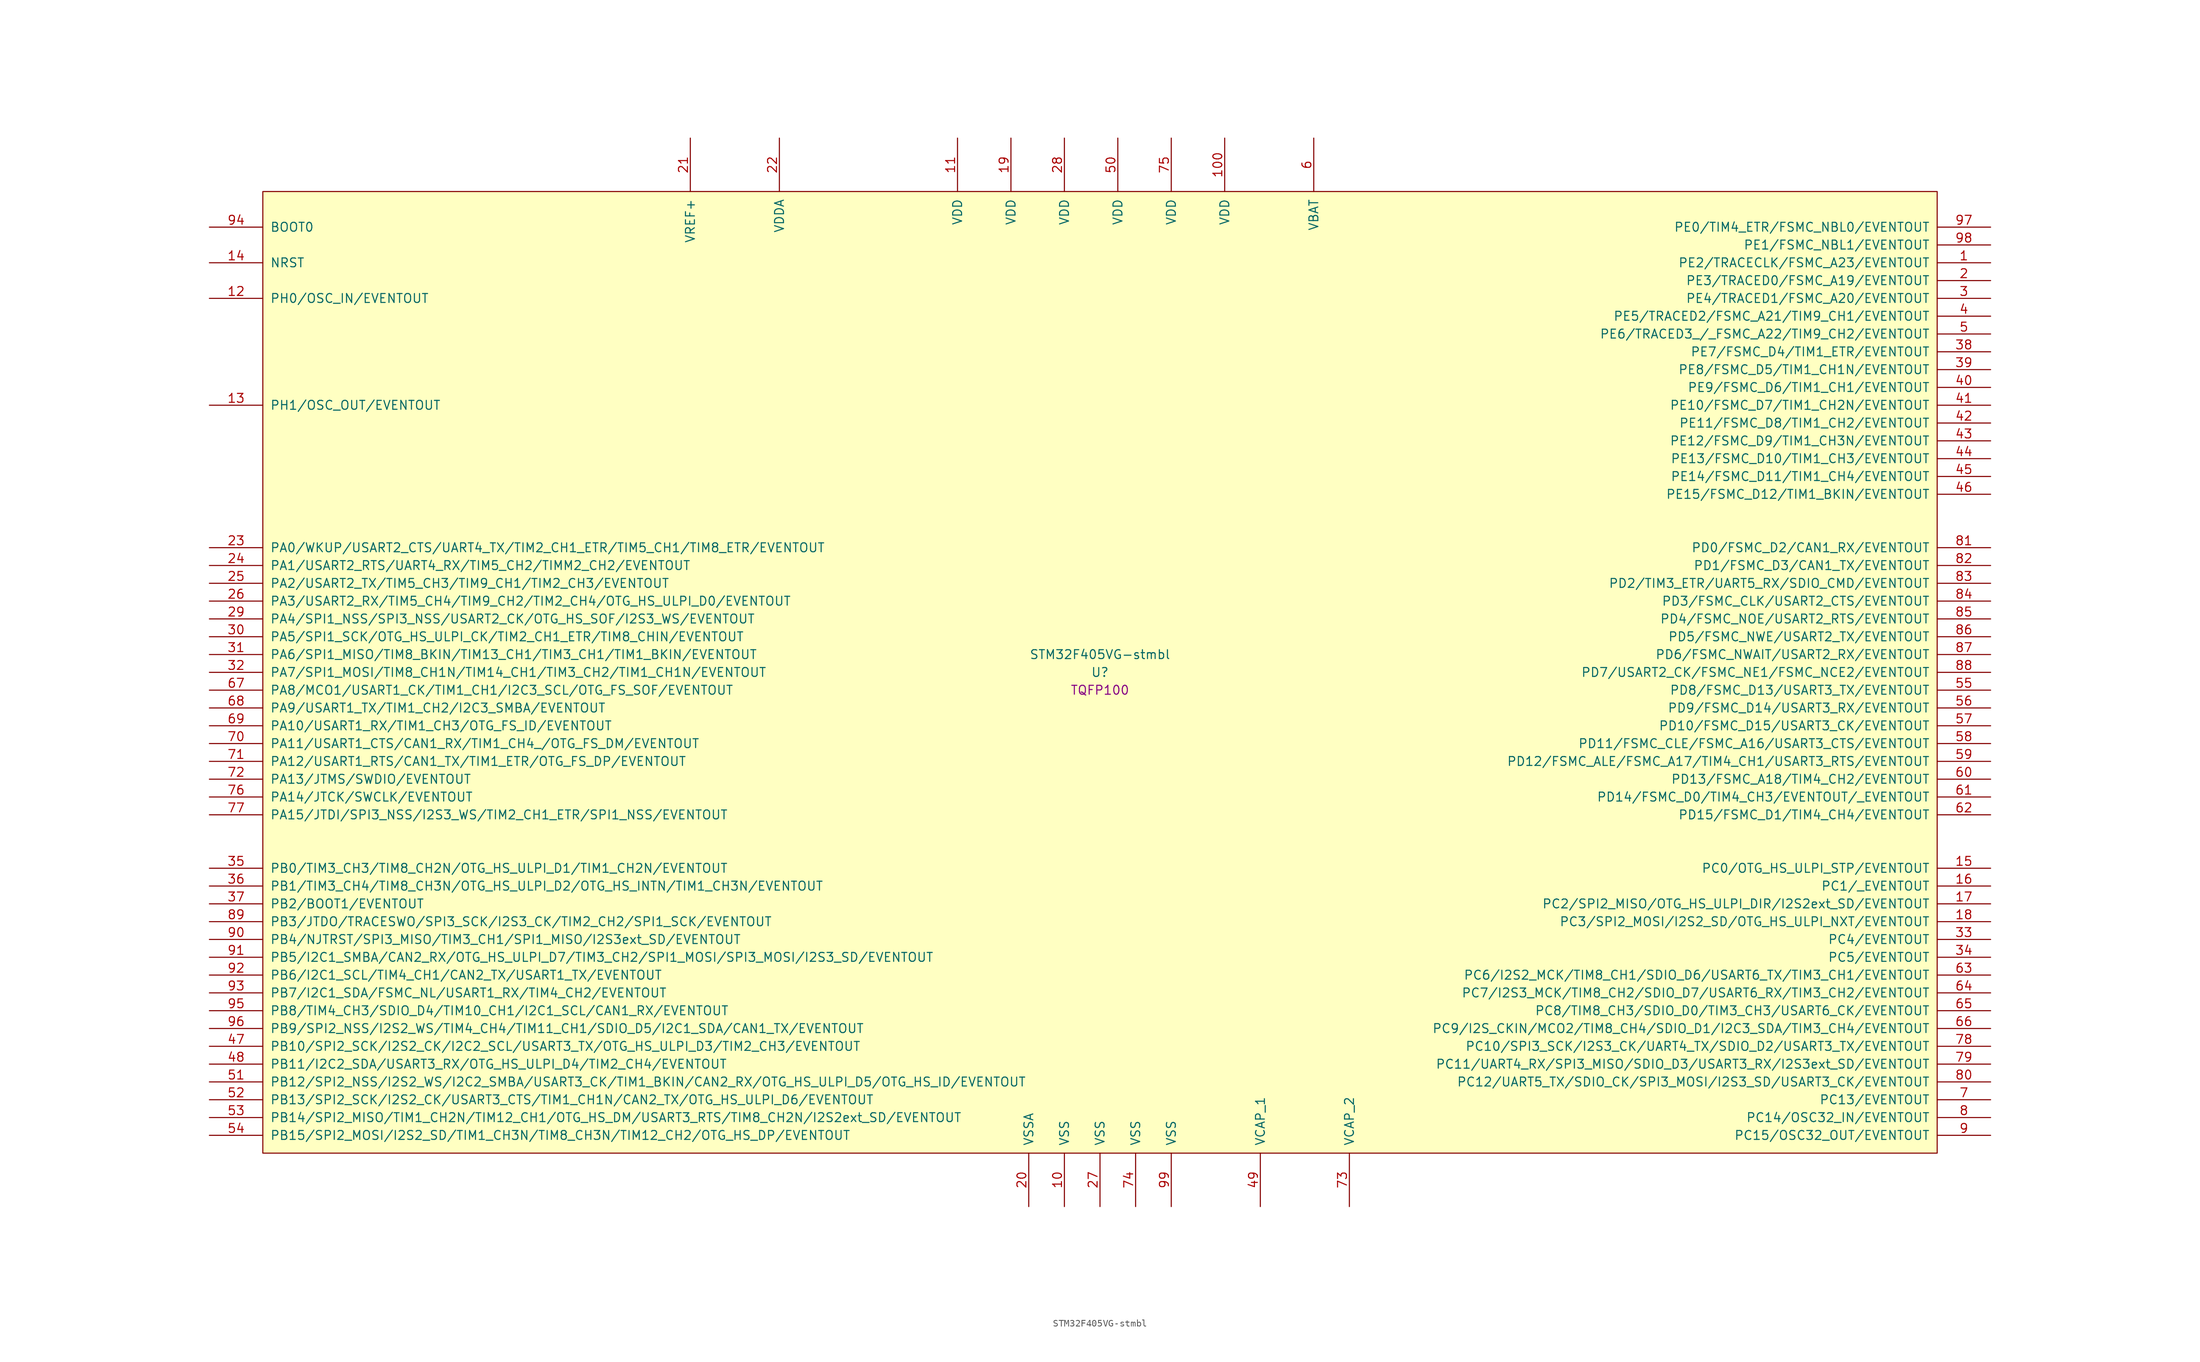
<source format=kicad_sym>
(kicad_symbol_lib
  (version 20211014)
  (generator kicad_symbol_editor)
  (symbol "STM32F405VG-stmbl"
    (pin_names
      (offset 1.016))
    (property "Reference" "U"
      (at 0 0 0)
      (effects (font (size 1.27 1.27))))
    (property "Value" "STM32F405VG-stmbl"
      (at 0 2.54 0)
      (effects (font (size 1.27 1.27))))
    (property "Footprint" "TQFP100"
      (at 0 -2.54 0)
      (effects (font (size 1.27 1.27))))
    (property "Datasheet" ""
      (at 0 0 0)
      (effects (font (size 1.27 1.27))))
    (symbol "STM32F405VG-stmbl_0_1"
      (rectangle (start -119.38 -68.58) (end 119.38 68.58) (stroke (width 0) (type default) (color 0 0 0 0)) (fill (type background))))
    (symbol "STM32F405VG-stmbl_1_1"
      (pin input line (at 127 58.42 180) (length 7.62) (name "PE2/TRACECLK/FSMC_A23/EVENTOUT" (effects (font (size 1.27 1.27)))) (number "1" (effects (font (size 1.27 1.27)))))
      (pin input line (at -5.08 -76.2 90) (length 7.62) (name "VSS" (effects (font (size 1.27 1.27)))) (number "10" (effects (font (size 1.27 1.27)))))
      (pin input line (at 17.78 76.2 270) (length 7.62) (name "VDD" (effects (font (size 1.27 1.27)))) (number "100" (effects (font (size 1.27 1.27)))))
      (pin input line (at -20.32 76.2 270) (length 7.62) (name "VDD" (effects (font (size 1.27 1.27)))) (number "11" (effects (font (size 1.27 1.27)))))
      (pin input line (at -127 53.34 0) (length 7.62) (name "PH0/OSC_IN/EVENTOUT" (effects (font (size 1.27 1.27)))) (number "12" (effects (font (size 1.27 1.27)))))
      (pin input line (at -127 38.1 0) (length 7.62) (name "PH1/OSC_OUT/EVENTOUT" (effects (font (size 1.27 1.27)))) (number "13" (effects (font (size 1.27 1.27)))))
      (pin input line (at -127 58.42 0) (length 7.62) (name "NRST" (effects (font (size 1.27 1.27)))) (number "14" (effects (font (size 1.27 1.27)))))
      (pin input line (at 127 -27.94 180) (length 7.62) (name "PC0/OTG_HS_ULPI_STP/EVENTOUT" (effects (font (size 1.27 1.27)))) (number "15" (effects (font (size 1.27 1.27)))))
      (pin input line (at 127 -30.48 180) (length 7.62) (name "PC1/_EVENTOUT" (effects (font (size 1.27 1.27)))) (number "16" (effects (font (size 1.27 1.27)))))
      (pin input line (at 127 -33.02 180) (length 7.62) (name "PC2/SPI2_MISO/OTG_HS_ULPI_DIR/I2S2ext_SD/EVENTOUT" (effects (font (size 1.27 1.27)))) (number "17" (effects (font (size 1.27 1.27)))))
      (pin input line (at 127 -35.56 180) (length 7.62) (name "PC3/SPI2_MOSI/I2S2_SD/OTG_HS_ULPI_NXT/EVENTOUT" (effects (font (size 1.27 1.27)))) (number "18" (effects (font (size 1.27 1.27)))))
      (pin input line (at -12.7 76.2 270) (length 7.62) (name "VDD" (effects (font (size 1.27 1.27)))) (number "19" (effects (font (size 1.27 1.27)))))
      (pin input line (at 127 55.88 180) (length 7.62) (name "PE3/TRACED0/FSMC_A19/EVENTOUT" (effects (font (size 1.27 1.27)))) (number "2" (effects (font (size 1.27 1.27)))))
      (pin input line (at -10.16 -76.2 90) (length 7.62) (name "VSSA" (effects (font (size 1.27 1.27)))) (number "20" (effects (font (size 1.27 1.27)))))
      (pin input line (at -58.42 76.2 270) (length 7.62) (name "VREF+" (effects (font (size 1.27 1.27)))) (number "21" (effects (font (size 1.27 1.27)))))
      (pin input line (at -45.72 76.2 270) (length 7.62) (name "VDDA" (effects (font (size 1.27 1.27)))) (number "22" (effects (font (size 1.27 1.27)))))
      (pin input line (at -127 17.78 0) (length 7.62) (name "PA0/WKUP/USART2_CTS/UART4_TX/TIM2_CH1_ETR/TIM5_CH1/TIM8_ETR/EVENTOUT" (effects (font (size 1.27 1.27)))) (number "23" (effects (font (size 1.27 1.27)))))
      (pin input line (at -127 15.24 0) (length 7.62) (name "PA1/USART2_RTS/UART4_RX/TIM5_CH2/TIMM2_CH2/EVENTOUT" (effects (font (size 1.27 1.27)))) (number "24" (effects (font (size 1.27 1.27)))))
      (pin input line (at -127 12.7 0) (length 7.62) (name "PA2/USART2_TX/TIM5_CH3/TIM9_CH1/TIM2_CH3/EVENTOUT" (effects (font (size 1.27 1.27)))) (number "25" (effects (font (size 1.27 1.27)))))
      (pin input line (at -127 10.16 0) (length 7.62) (name "PA3/USART2_RX/TIM5_CH4/TIM9_CH2/TIM2_CH4/OTG_HS_ULPI_D0/EVENTOUT" (effects (font (size 1.27 1.27)))) (number "26" (effects (font (size 1.27 1.27)))))
      (pin input line (at 0 -76.2 90) (length 7.62) (name "VSS" (effects (font (size 1.27 1.27)))) (number "27" (effects (font (size 1.27 1.27)))))
      (pin input line (at -5.08 76.2 270) (length 7.62) (name "VDD" (effects (font (size 1.27 1.27)))) (number "28" (effects (font (size 1.27 1.27)))))
      (pin input line (at -127 7.62 0) (length 7.62) (name "PA4/SPI1_NSS/SPI3_NSS/USART2_CK/OTG_HS_SOF/I2S3_WS/EVENTOUT" (effects (font (size 1.27 1.27)))) (number "29" (effects (font (size 1.27 1.27)))))
      (pin input line (at 127 53.34 180) (length 7.62) (name "PE4/TRACED1/FSMC_A20/EVENTOUT" (effects (font (size 1.27 1.27)))) (number "3" (effects (font (size 1.27 1.27)))))
      (pin input line (at -127 5.08 0) (length 7.62) (name "PA5/SPI1_SCK/OTG_HS_ULPI_CK/TIM2_CH1_ETR/TIM8_CHIN/EVENTOUT" (effects (font (size 1.27 1.27)))) (number "30" (effects (font (size 1.27 1.27)))))
      (pin input line (at -127 2.54 0) (length 7.62) (name "PA6/SPI1_MISO/TIM8_BKIN/TIM13_CH1/TIM3_CH1/TIM1_BKIN/EVENTOUT" (effects (font (size 1.27 1.27)))) (number "31" (effects (font (size 1.27 1.27)))))
      (pin input line (at -127 0 0) (length 7.62) (name "PA7/SPI1_MOSI/TIM8_CH1N/TIM14_CH1/TIM3_CH2/TIM1_CH1N/EVENTOUT" (effects (font (size 1.27 1.27)))) (number "32" (effects (font (size 1.27 1.27)))))
      (pin input line (at 127 -38.1 180) (length 7.62) (name "PC4/EVENTOUT" (effects (font (size 1.27 1.27)))) (number "33" (effects (font (size 1.27 1.27)))))
      (pin input line (at 127 -40.64 180) (length 7.62) (name "PC5/EVENTOUT" (effects (font (size 1.27 1.27)))) (number "34" (effects (font (size 1.27 1.27)))))
      (pin input line (at -127 -27.94 0) (length 7.62) (name "PB0/TIM3_CH3/TIM8_CH2N/OTG_HS_ULPI_D1/TIM1_CH2N/EVENTOUT" (effects (font (size 1.27 1.27)))) (number "35" (effects (font (size 1.27 1.27)))))
      (pin input line (at -127 -30.48 0) (length 7.62) (name "PB1/TIM3_CH4/TIM8_CH3N/OTG_HS_ULPI_D2/OTG_HS_INTN/TIM1_CH3N/EVENTOUT" (effects (font (size 1.27 1.27)))) (number "36" (effects (font (size 1.27 1.27)))))
      (pin input line (at -127 -33.02 0) (length 7.62) (name "PB2/BOOT1/EVENTOUT" (effects (font (size 1.27 1.27)))) (number "37" (effects (font (size 1.27 1.27)))))
      (pin input line (at 127 45.72 180) (length 7.62) (name "PE7/FSMC_D4/TIM1_ETR/EVENTOUT" (effects (font (size 1.27 1.27)))) (number "38" (effects (font (size 1.27 1.27)))))
      (pin input line (at 127 43.18 180) (length 7.62) (name "PE8/FSMC_D5/TIM1_CH1N/EVENTOUT" (effects (font (size 1.27 1.27)))) (number "39" (effects (font (size 1.27 1.27)))))
      (pin input line (at 127 50.8 180) (length 7.62) (name "PE5/TRACED2/FSMC_A21/TIM9_CH1/EVENTOUT" (effects (font (size 1.27 1.27)))) (number "4" (effects (font (size 1.27 1.27)))))
      (pin input line (at 127 40.64 180) (length 7.62) (name "PE9/FSMC_D6/TIM1_CH1/EVENTOUT" (effects (font (size 1.27 1.27)))) (number "40" (effects (font (size 1.27 1.27)))))
      (pin input line (at 127 38.1 180) (length 7.62) (name "PE10/FSMC_D7/TIM1_CH2N/EVENTOUT" (effects (font (size 1.27 1.27)))) (number "41" (effects (font (size 1.27 1.27)))))
      (pin input line (at 127 35.56 180) (length 7.62) (name "PE11/FSMC_D8/TIM1_CH2/EVENTOUT" (effects (font (size 1.27 1.27)))) (number "42" (effects (font (size 1.27 1.27)))))
      (pin input line (at 127 33.02 180) (length 7.62) (name "PE12/FSMC_D9/TIM1_CH3N/EVENTOUT" (effects (font (size 1.27 1.27)))) (number "43" (effects (font (size 1.27 1.27)))))
      (pin input line (at 127 30.48 180) (length 7.62) (name "PE13/FSMC_D10/TIM1_CH3/EVENTOUT" (effects (font (size 1.27 1.27)))) (number "44" (effects (font (size 1.27 1.27)))))
      (pin input line (at 127 27.94 180) (length 7.62) (name "PE14/FSMC_D11/TIM1_CH4/EVENTOUT" (effects (font (size 1.27 1.27)))) (number "45" (effects (font (size 1.27 1.27)))))
      (pin input line (at 127 25.4 180) (length 7.62) (name "PE15/FSMC_D12/TIM1_BKIN/EVENTOUT" (effects (font (size 1.27 1.27)))) (number "46" (effects (font (size 1.27 1.27)))))
      (pin input line (at -127 -53.34 0) (length 7.62) (name "PB10/SPI2_SCK/I2S2_CK/I2C2_SCL/USART3_TX/OTG_HS_ULPI_D3/TIM2_CH3/EVENTOUT" (effects (font (size 1.27 1.27)))) (number "47" (effects (font (size 1.27 1.27)))))
      (pin input line (at -127 -55.88 0) (length 7.62) (name "PB11/I2C2_SDA/USART3_RX/OTG_HS_ULPI_D4/TIM2_CH4/EVENTOUT" (effects (font (size 1.27 1.27)))) (number "48" (effects (font (size 1.27 1.27)))))
      (pin input line (at 22.86 -76.2 90) (length 7.62) (name "VCAP_1" (effects (font (size 1.27 1.27)))) (number "49" (effects (font (size 1.27 1.27)))))
      (pin input line (at 127 48.26 180) (length 7.62) (name "PE6/TRACED3_/_FSMC_A22/TIM9_CH2/EVENTOUT" (effects (font (size 1.27 1.27)))) (number "5" (effects (font (size 1.27 1.27)))))
      (pin input line (at 2.54 76.2 270) (length 7.62) (name "VDD" (effects (font (size 1.27 1.27)))) (number "50" (effects (font (size 1.27 1.27)))))
      (pin input line (at -127 -58.42 0) (length 7.62) (name "PB12/SPI2_NSS/I2S2_WS/I2C2_SMBA/USART3_CK/TIM1_BKIN/CAN2_RX/OTG_HS_ULPI_D5/OTG_HS_ID/EVENTOUT" (effects (font (size 1.27 1.27)))) (number "51" (effects (font (size 1.27 1.27)))))
      (pin input line (at -127 -60.96 0) (length 7.62) (name "PB13/SPI2_SCK/I2S2_CK/USART3_CTS/TIM1_CH1N/CAN2_TX/OTG_HS_ULPI_D6/EVENTOUT" (effects (font (size 1.27 1.27)))) (number "52" (effects (font (size 1.27 1.27)))))
      (pin input line (at -127 -63.5 0) (length 7.62) (name "PB14/SPI2_MISO/TIM1_CH2N/TIM12_CH1/OTG_HS_DM/USART3_RTS/TIM8_CH2N/I2S2ext_SD/EVENTOUT" (effects (font (size 1.27 1.27)))) (number "53" (effects (font (size 1.27 1.27)))))
      (pin input line (at -127 -66.04 0) (length 7.62) (name "PB15/SPI2_MOSI/I2S2_SD/TIM1_CH3N/TIM8_CH3N/TIM12_CH2/OTG_HS_DP/EVENTOUT" (effects (font (size 1.27 1.27)))) (number "54" (effects (font (size 1.27 1.27)))))
      (pin input line (at 127 -2.54 180) (length 7.62) (name "PD8/FSMC_D13/USART3_TX/EVENTOUT" (effects (font (size 1.27 1.27)))) (number "55" (effects (font (size 1.27 1.27)))))
      (pin input line (at 127 -5.08 180) (length 7.62) (name "PD9/FSMC_D14/USART3_RX/EVENTOUT" (effects (font (size 1.27 1.27)))) (number "56" (effects (font (size 1.27 1.27)))))
      (pin input line (at 127 -7.62 180) (length 7.62) (name "PD10/FSMC_D15/USART3_CK/EVENTOUT" (effects (font (size 1.27 1.27)))) (number "57" (effects (font (size 1.27 1.27)))))
      (pin input line (at 127 -10.16 180) (length 7.62) (name "PD11/FSMC_CLE/FSMC_A16/USART3_CTS/EVENTOUT" (effects (font (size 1.27 1.27)))) (number "58" (effects (font (size 1.27 1.27)))))
      (pin input line (at 127 -12.7 180) (length 7.62) (name "PD12/FSMC_ALE/FSMC_A17/TIM4_CH1/USART3_RTS/EVENTOUT" (effects (font (size 1.27 1.27)))) (number "59" (effects (font (size 1.27 1.27)))))
      (pin input line (at 30.48 76.2 270) (length 7.62) (name "VBAT" (effects (font (size 1.27 1.27)))) (number "6" (effects (font (size 1.27 1.27)))))
      (pin input line (at 127 -15.24 180) (length 7.62) (name "PD13/FSMC_A18/TIM4_CH2/EVENTOUT" (effects (font (size 1.27 1.27)))) (number "60" (effects (font (size 1.27 1.27)))))
      (pin input line (at 127 -17.78 180) (length 7.62) (name "PD14/FSMC_D0/TIM4_CH3/EVENTOUT/_EVENTOUT" (effects (font (size 1.27 1.27)))) (number "61" (effects (font (size 1.27 1.27)))))
      (pin input line (at 127 -20.32 180) (length 7.62) (name "PD15/FSMC_D1/TIM4_CH4/EVENTOUT" (effects (font (size 1.27 1.27)))) (number "62" (effects (font (size 1.27 1.27)))))
      (pin input line (at 127 -43.18 180) (length 7.62) (name "PC6/I2S2_MCK/TIM8_CH1/SDIO_D6/USART6_TX/TIM3_CH1/EVENTOUT" (effects (font (size 1.27 1.27)))) (number "63" (effects (font (size 1.27 1.27)))))
      (pin input line (at 127 -45.72 180) (length 7.62) (name "PC7/I2S3_MCK/TIM8_CH2/SDIO_D7/USART6_RX/TIM3_CH2/EVENTOUT" (effects (font (size 1.27 1.27)))) (number "64" (effects (font (size 1.27 1.27)))))
      (pin input line (at 127 -48.26 180) (length 7.62) (name "PC8/TIM8_CH3/SDIO_D0/TIM3_CH3/USART6_CK/EVENTOUT" (effects (font (size 1.27 1.27)))) (number "65" (effects (font (size 1.27 1.27)))))
      (pin input line (at 127 -50.8 180) (length 7.62) (name "PC9/I2S_CKIN/MCO2/TIM8_CH4/SDIO_D1/I2C3_SDA/TIM3_CH4/EVENTOUT" (effects (font (size 1.27 1.27)))) (number "66" (effects (font (size 1.27 1.27)))))
      (pin input line (at -127 -2.54 0) (length 7.62) (name "PA8/MCO1/USART1_CK/TIM1_CH1/I2C3_SCL/OTG_FS_SOF/EVENTOUT" (effects (font (size 1.27 1.27)))) (number "67" (effects (font (size 1.27 1.27)))))
      (pin input line (at -127 -5.08 0) (length 7.62) (name "PA9/USART1_TX/TIM1_CH2/I2C3_SMBA/EVENTOUT" (effects (font (size 1.27 1.27)))) (number "68" (effects (font (size 1.27 1.27)))))
      (pin input line (at -127 -7.62 0) (length 7.62) (name "PA10/USART1_RX/TIM1_CH3/OTG_FS_ID/EVENTOUT" (effects (font (size 1.27 1.27)))) (number "69" (effects (font (size 1.27 1.27)))))
      (pin input line (at 127 -60.96 180) (length 7.62) (name "PC13/EVENTOUT" (effects (font (size 1.27 1.27)))) (number "7" (effects (font (size 1.27 1.27)))))
      (pin input line (at -127 -10.16 0) (length 7.62) (name "PA11/USART1_CTS/CAN1_RX/TIM1_CH4_/OTG_FS_DM/EVENTOUT" (effects (font (size 1.27 1.27)))) (number "70" (effects (font (size 1.27 1.27)))))
      (pin input line (at -127 -12.7 0) (length 7.62) (name "PA12/USART1_RTS/CAN1_TX/TIM1_ETR/OTG_FS_DP/EVENTOUT" (effects (font (size 1.27 1.27)))) (number "71" (effects (font (size 1.27 1.27)))))
      (pin input line (at -127 -15.24 0) (length 7.62) (name "PA13/JTMS/SWDIO/EVENTOUT" (effects (font (size 1.27 1.27)))) (number "72" (effects (font (size 1.27 1.27)))))
      (pin input line (at 35.56 -76.2 90) (length 7.62) (name "VCAP_2" (effects (font (size 1.27 1.27)))) (number "73" (effects (font (size 1.27 1.27)))))
      (pin input line (at 5.08 -76.2 90) (length 7.62) (name "VSS" (effects (font (size 1.27 1.27)))) (number "74" (effects (font (size 1.27 1.27)))))
      (pin input line (at 10.16 76.2 270) (length 7.62) (name "VDD" (effects (font (size 1.27 1.27)))) (number "75" (effects (font (size 1.27 1.27)))))
      (pin input line (at -127 -17.78 0) (length 7.62) (name "PA14/JTCK/SWCLK/EVENTOUT" (effects (font (size 1.27 1.27)))) (number "76" (effects (font (size 1.27 1.27)))))
      (pin input line (at -127 -20.32 0) (length 7.62) (name "PA15/JTDI/SPI3_NSS/I2S3_WS/TIM2_CH1_ETR/SPI1_NSS/EVENTOUT" (effects (font (size 1.27 1.27)))) (number "77" (effects (font (size 1.27 1.27)))))
      (pin input line (at 127 -53.34 180) (length 7.62) (name "PC10/SPI3_SCK/I2S3_CK/UART4_TX/SDIO_D2/USART3_TX/EVENTOUT" (effects (font (size 1.27 1.27)))) (number "78" (effects (font (size 1.27 1.27)))))
      (pin input line (at 127 -55.88 180) (length 7.62) (name "PC11/UART4_RX/SPI3_MISO/SDIO_D3/USART3_RX/I2S3ext_SD/EVENTOUT" (effects (font (size 1.27 1.27)))) (number "79" (effects (font (size 1.27 1.27)))))
      (pin input line (at 127 -63.5 180) (length 7.62) (name "PC14/OSC32_IN/EVENTOUT" (effects (font (size 1.27 1.27)))) (number "8" (effects (font (size 1.27 1.27)))))
      (pin input line (at 127 -58.42 180) (length 7.62) (name "PC12/UART5_TX/SDIO_CK/SPI3_MOSI/I2S3_SD/USART3_CK/EVENTOUT" (effects (font (size 1.27 1.27)))) (number "80" (effects (font (size 1.27 1.27)))))
      (pin input line (at 127 17.78 180) (length 7.62) (name "PD0/FSMC_D2/CAN1_RX/EVENTOUT" (effects (font (size 1.27 1.27)))) (number "81" (effects (font (size 1.27 1.27)))))
      (pin input line (at 127 15.24 180) (length 7.62) (name "PD1/FSMC_D3/CAN1_TX/EVENTOUT" (effects (font (size 1.27 1.27)))) (number "82" (effects (font (size 1.27 1.27)))))
      (pin input line (at 127 12.7 180) (length 7.62) (name "PD2/TIM3_ETR/UART5_RX/SDIO_CMD/EVENTOUT" (effects (font (size 1.27 1.27)))) (number "83" (effects (font (size 1.27 1.27)))))
      (pin input line (at 127 10.16 180) (length 7.62) (name "PD3/FSMC_CLK/USART2_CTS/EVENTOUT" (effects (font (size 1.27 1.27)))) (number "84" (effects (font (size 1.27 1.27)))))
      (pin input line (at 127 7.62 180) (length 7.62) (name "PD4/FSMC_NOE/USART2_RTS/EVENTOUT" (effects (font (size 1.27 1.27)))) (number "85" (effects (font (size 1.27 1.27)))))
      (pin input line (at 127 5.08 180) (length 7.62) (name "PD5/FSMC_NWE/USART2_TX/EVENTOUT" (effects (font (size 1.27 1.27)))) (number "86" (effects (font (size 1.27 1.27)))))
      (pin input line (at 127 2.54 180) (length 7.62) (name "PD6/FSMC_NWAIT/USART2_RX/EVENTOUT" (effects (font (size 1.27 1.27)))) (number "87" (effects (font (size 1.27 1.27)))))
      (pin input line (at 127 0 180) (length 7.62) (name "PD7/USART2_CK/FSMC_NE1/FSMC_NCE2/EVENTOUT" (effects (font (size 1.27 1.27)))) (number "88" (effects (font (size 1.27 1.27)))))
      (pin input line (at -127 -35.56 0) (length 7.62) (name "PB3/JTDO/TRACESWO/SPI3_SCK/I2S3_CK/TIM2_CH2/SPI1_SCK/EVENTOUT" (effects (font (size 1.27 1.27)))) (number "89" (effects (font (size 1.27 1.27)))))
      (pin input line (at 127 -66.04 180) (length 7.62) (name "PC15/OSC32_OUT/EVENTOUT" (effects (font (size 1.27 1.27)))) (number "9" (effects (font (size 1.27 1.27)))))
      (pin input line (at -127 -38.1 0) (length 7.62) (name "PB4/NJTRST/SPI3_MISO/TIM3_CH1/SPI1_MISO/I2S3ext_SD/EVENTOUT" (effects (font (size 1.27 1.27)))) (number "90" (effects (font (size 1.27 1.27)))))
      (pin input line (at -127 -40.64 0) (length 7.62) (name "PB5/I2C1_SMBA/CAN2_RX/OTG_HS_ULPI_D7/TIM3_CH2/SPI1_MOSI/SPI3_MOSI/I2S3_SD/EVENTOUT" (effects (font (size 1.27 1.27)))) (number "91" (effects (font (size 1.27 1.27)))))
      (pin input line (at -127 -43.18 0) (length 7.62) (name "PB6/I2C1_SCL/TIM4_CH1/CAN2_TX/USART1_TX/EVENTOUT" (effects (font (size 1.27 1.27)))) (number "92" (effects (font (size 1.27 1.27)))))
      (pin input line (at -127 -45.72 0) (length 7.62) (name "PB7/I2C1_SDA/FSMC_NL/USART1_RX/TIM4_CH2/EVENTOUT" (effects (font (size 1.27 1.27)))) (number "93" (effects (font (size 1.27 1.27)))))
      (pin input line (at -127 63.5 0) (length 7.62) (name "BOOT0" (effects (font (size 1.27 1.27)))) (number "94" (effects (font (size 1.27 1.27)))))
      (pin input line (at -127 -48.26 0) (length 7.62) (name "PB8/TIM4_CH3/SDIO_D4/TIM10_CH1/I2C1_SCL/CAN1_RX/EVENTOUT" (effects (font (size 1.27 1.27)))) (number "95" (effects (font (size 1.27 1.27)))))
      (pin input line (at -127 -50.8 0) (length 7.62) (name "PB9/SPI2_NSS/I2S2_WS/TIM4_CH4/TIM11_CH1/SDIO_D5/I2C1_SDA/CAN1_TX/EVENTOUT" (effects (font (size 1.27 1.27)))) (number "96" (effects (font (size 1.27 1.27)))))
      (pin input line (at 127 63.5 180) (length 7.62) (name "PE0/TIM4_ETR/FSMC_NBL0/EVENTOUT" (effects (font (size 1.27 1.27)))) (number "97" (effects (font (size 1.27 1.27)))))
      (pin input line (at 127 60.96 180) (length 7.62) (name "PE1/FSMC_NBL1/EVENTOUT" (effects (font (size 1.27 1.27)))) (number "98" (effects (font (size 1.27 1.27)))))
      (pin input line (at 10.16 -76.2 90) (length 7.62) (name "VSS" (effects (font (size 1.27 1.27)))) (number "99" (effects (font (size 1.27 1.27))))))))
</source>
